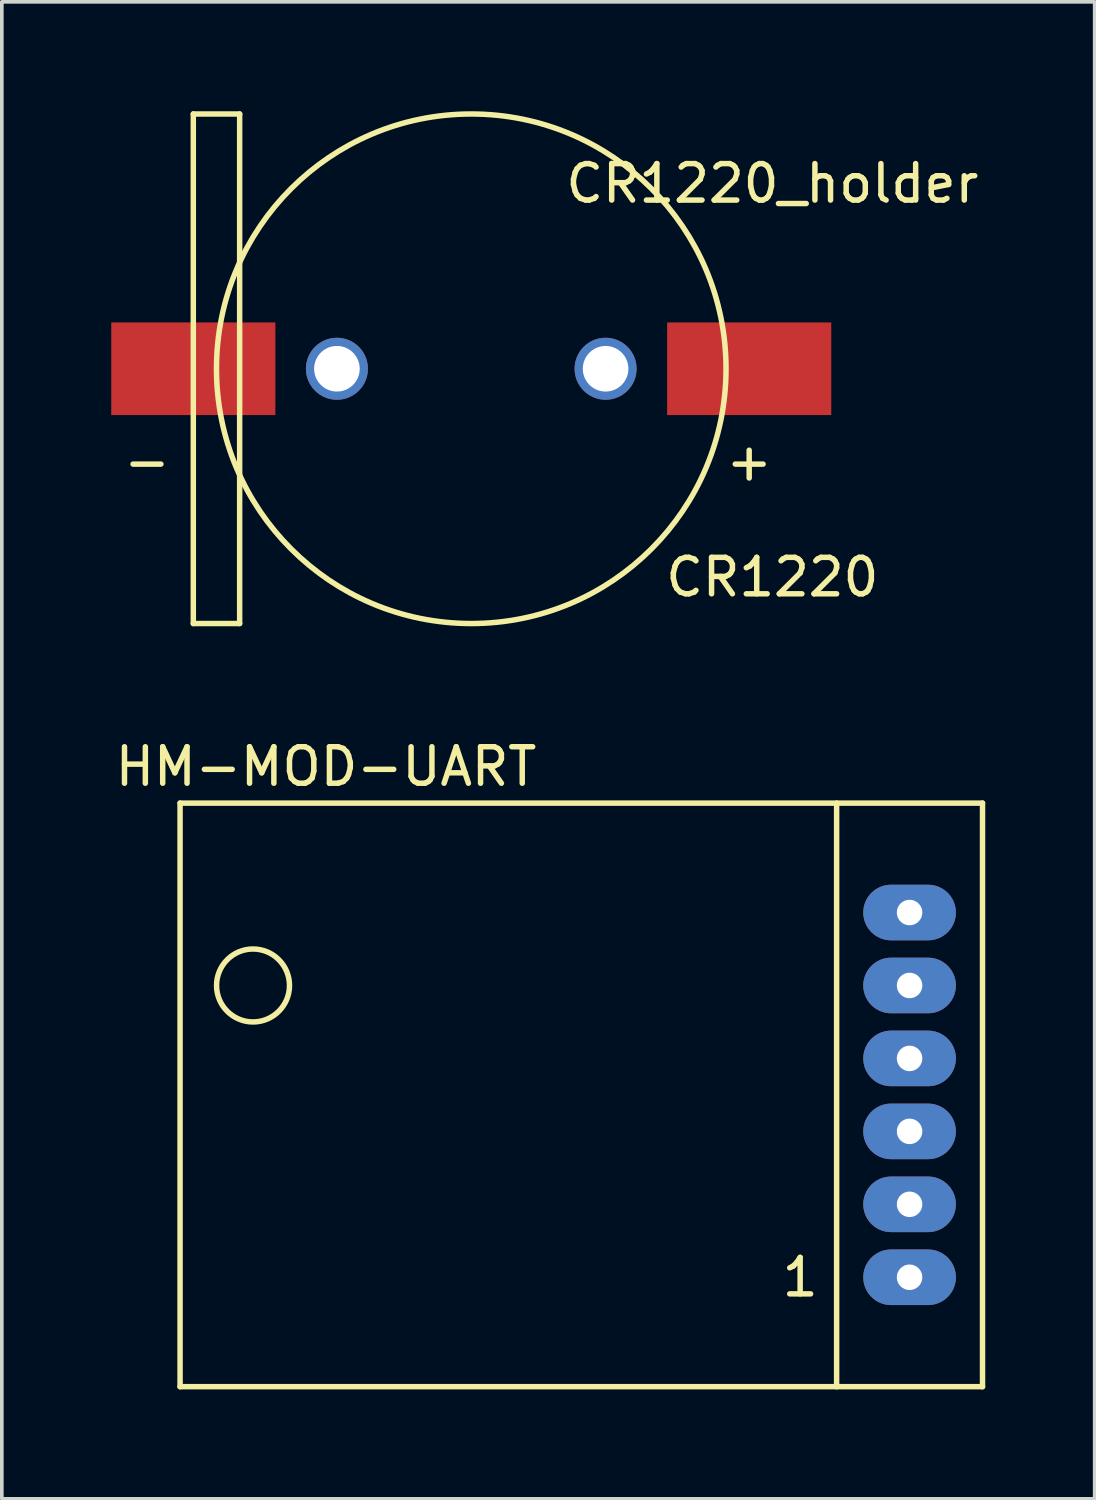
<source format=kicad_pcb>
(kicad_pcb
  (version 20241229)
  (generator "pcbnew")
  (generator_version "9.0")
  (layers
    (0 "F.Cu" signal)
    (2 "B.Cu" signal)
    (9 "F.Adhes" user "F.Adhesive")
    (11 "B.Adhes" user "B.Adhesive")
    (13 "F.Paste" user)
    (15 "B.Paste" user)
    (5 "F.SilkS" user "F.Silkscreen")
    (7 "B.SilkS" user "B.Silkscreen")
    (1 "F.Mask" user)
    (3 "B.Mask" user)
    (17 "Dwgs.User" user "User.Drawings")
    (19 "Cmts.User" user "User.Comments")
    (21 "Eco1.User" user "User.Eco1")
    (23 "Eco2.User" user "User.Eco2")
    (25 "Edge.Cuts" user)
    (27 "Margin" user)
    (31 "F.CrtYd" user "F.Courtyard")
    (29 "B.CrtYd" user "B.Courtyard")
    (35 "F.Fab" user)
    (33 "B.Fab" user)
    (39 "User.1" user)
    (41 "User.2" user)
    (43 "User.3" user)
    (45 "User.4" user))
  (footprint "HM-MOD-UART"
    (layer "F.Cu")
    (at 19.887 26.968)
    (property "Reference" "HM-MOD-UART" (at -14 -9 0) (layer "F.SilkS") (effects (font (size 1 1) (thickness 0.15))))
    (attr through_hole)
    (fp_line (start -18 -8) (end -18 8) (stroke (width 0.15) (type solid)) (layer "F.SilkS"))
    (fp_line (start -18 8) (end 4 8) (stroke (width 0.15) (type solid)) (layer "F.SilkS"))
    (fp_line (start 0 -8) (end 0 8) (stroke (width 0.15) (type solid)) (layer "F.SilkS"))
    (fp_line (start 4 -8) (end -18 -8) (stroke (width 0.15) (type solid)) (layer "F.SilkS"))
    (fp_line (start 4 8) (end 4 -8) (stroke (width 0.15) (type solid)) (layer "F.SilkS"))
    (fp_circle (center -16 -3) (end -17 -3) (stroke (width 0.15) (type solid)) (fill no) (layer "F.SilkS"))
    (fp_text user "1" (at -1 5 0) (layer "F.SilkS") (effects (font (size 1 1) (thickness 0.15))))
    (pad "1" thru_hole oval (at 2 5) (size 2.54 1.524) (drill 0.7) (layers "*.Cu" "*.Mask"))
    (pad "2" thru_hole oval (at 2 3) (size 2.54 1.524) (drill 0.7) (layers "*.Cu" "*.Mask"))
    (pad "3" thru_hole oval (at 2 1) (size 2.54 1.524) (drill 0.7) (layers "*.Cu" "*.Mask"))
    (pad "4" thru_hole oval (at 2 -1) (size 2.54 1.524) (drill 0.7) (layers "*.Cu" "*.Mask"))
    (pad "5" thru_hole oval (at 2 -3) (size 2.54 1.524) (drill 0.7) (layers "*.Cu" "*.Mask"))
    (pad "6" thru_hole oval (at 2 -5) (size 2.54 1.524) (drill 0.7) (layers "*.Cu" "*.Mask")))
  (footprint "CR1220_holder"
    (layer "F.Cu")
    (at 9.87 7.06)
    (property "Reference" "CR1220_holder" (at 8.255 -5.08 0) (layer "F.SilkS") (effects (font (size 1 1) (thickness 0.15))))
    (attr through_hole)
    (fp_line (start -7.62 -6.985) (end -7.62 6.985) (stroke (width 0.15) (type solid)) (layer "F.SilkS"))
    (fp_line (start -7.62 6.985) (end -6.35 6.985) (stroke (width 0.15) (type solid)) (layer "F.SilkS"))
    (fp_line (start -6.35 -6.985) (end -7.62 -6.985) (stroke (width 0.15) (type solid)) (layer "F.SilkS"))
    (fp_line (start -6.35 6.985) (end -6.35 -6.985) (stroke (width 0.15) (type solid)) (layer "F.SilkS"))
    (fp_circle (center 0 0) (end 6.985 0) (stroke (width 0.15) (type solid)) (fill no) (layer "F.SilkS"))
    (fp_text user "+" (at 7.62 2.54 0) (layer "F.SilkS") (effects (font (size 1 1) (thickness 0.15))))
    (fp_text user "CR1220" (at 8.255 5.715 0) (layer "F.SilkS") (effects (font (size 1 1) (thickness 0.15))))
    (fp_text user "-" (at -8.89 2.54 0) (layer "F.SilkS") (effects (font (size 1 1) (thickness 0.15))))
    (pad "" np_thru_hole circle (at -3.683 0) (size 1.7 1.7) (drill 1.25) (layers "*.Cu" "*.Mask"))
    (pad "" np_thru_hole circle (at 3.683 0) (size 1.7 1.7) (drill 1.25) (layers "*.Cu" "*.Mask"))
    (pad "1" smd rect (at 7.62 0) (size 4.5 2.54) (layers "F.Cu" "F.Mask" "F.Paste"))
    (pad "2" smd rect (at -7.62 0) (size 4.5 2.54) (layers "F.Cu" "F.Mask" "F.Paste")))
  (gr_rect
    (start -3 -3)
    (end 26.962 38.043)
    (stroke (width 0.1) (type default))
    (fill no)
    (layer "Edge.Cuts")))
</source>
